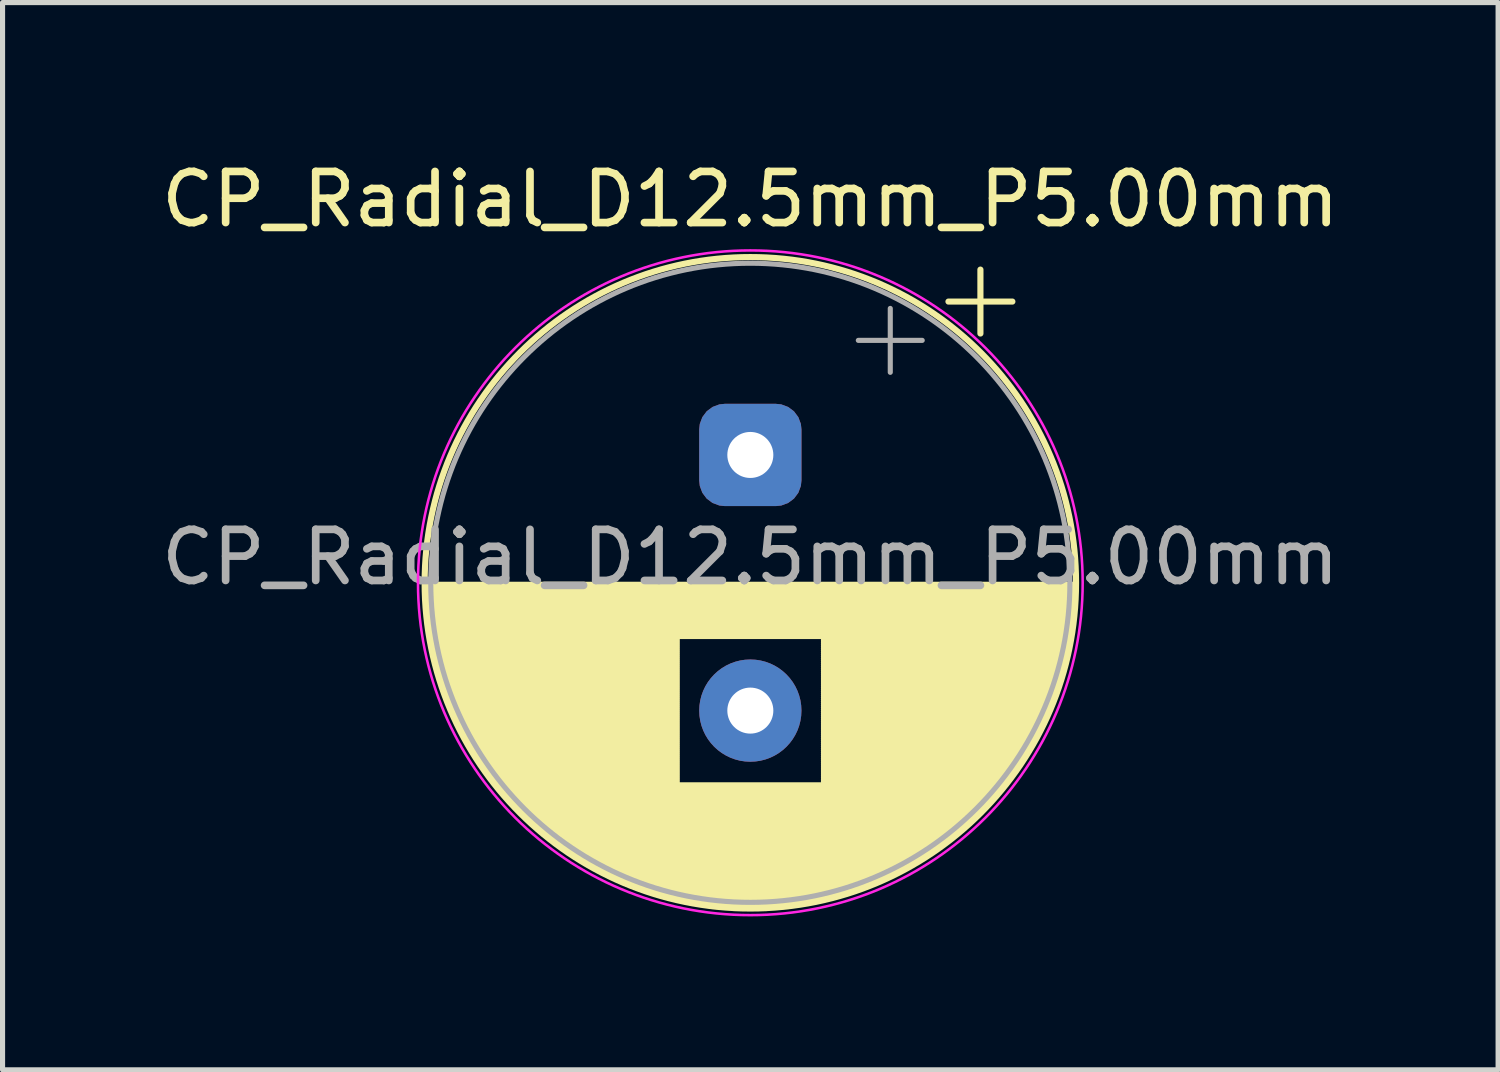
<source format=kicad_pcb>
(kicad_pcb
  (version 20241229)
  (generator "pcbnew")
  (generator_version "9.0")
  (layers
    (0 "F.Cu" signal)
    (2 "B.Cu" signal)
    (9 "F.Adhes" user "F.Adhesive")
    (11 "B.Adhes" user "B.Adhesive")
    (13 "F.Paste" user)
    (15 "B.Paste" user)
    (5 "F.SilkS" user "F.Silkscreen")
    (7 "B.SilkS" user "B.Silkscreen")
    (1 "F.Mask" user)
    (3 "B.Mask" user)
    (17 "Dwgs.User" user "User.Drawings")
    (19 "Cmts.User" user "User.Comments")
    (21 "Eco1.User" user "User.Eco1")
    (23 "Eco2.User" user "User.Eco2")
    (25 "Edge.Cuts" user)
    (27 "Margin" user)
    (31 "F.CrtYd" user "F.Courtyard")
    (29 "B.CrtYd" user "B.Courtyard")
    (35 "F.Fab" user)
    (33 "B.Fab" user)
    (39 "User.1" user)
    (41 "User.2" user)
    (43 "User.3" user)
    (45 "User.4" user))
  (footprint "CP_Radial_D12.5mm_P5.00mm"
    (layer "F.Cu")
    (at 11.625 8.348)
    (property "Reference" "CP_Radial_D12.5mm_P5.00mm" (at 0 -7.5 0) (layer "F.SilkS") (effects (font (size 1 1) (thickness 0.15))))
    (attr through_hole)
    (fp_line (start -1.44 1.081) (end -6.238 1.081) (stroke (width 0.12) (type solid)) (layer "F.SilkS"))
    (fp_line (start -1.44 1.121) (end -6.231 1.121) (stroke (width 0.12) (type solid)) (layer "F.SilkS"))
    (fp_line (start -1.44 1.161) (end -6.224 1.161) (stroke (width 0.12) (type solid)) (layer "F.SilkS"))
    (fp_line (start -1.44 1.201) (end -6.216 1.201) (stroke (width 0.12) (type solid)) (layer "F.SilkS"))
    (fp_line (start -1.44 1.241) (end -6.209 1.241) (stroke (width 0.12) (type solid)) (layer "F.SilkS"))
    (fp_line (start -1.44 1.281) (end -6.201 1.281) (stroke (width 0.12) (type solid)) (layer "F.SilkS"))
    (fp_line (start -1.44 1.321) (end -6.192 1.321) (stroke (width 0.12) (type solid)) (layer "F.SilkS"))
    (fp_line (start -1.44 1.361) (end -6.184 1.361) (stroke (width 0.12) (type solid)) (layer "F.SilkS"))
    (fp_line (start -1.44 1.401) (end -6.175 1.401) (stroke (width 0.12) (type solid)) (layer "F.SilkS"))
    (fp_line (start -1.44 1.441) (end -6.166 1.441) (stroke (width 0.12) (type solid)) (layer "F.SilkS"))
    (fp_line (start -1.44 1.481) (end -6.156 1.481) (stroke (width 0.12) (type solid)) (layer "F.SilkS"))
    (fp_line (start -1.44 1.521) (end -6.146 1.521) (stroke (width 0.12) (type solid)) (layer "F.SilkS"))
    (fp_line (start -1.44 1.561) (end -6.137 1.561) (stroke (width 0.12) (type solid)) (layer "F.SilkS"))
    (fp_line (start -1.44 1.601) (end -6.126 1.601) (stroke (width 0.12) (type solid)) (layer "F.SilkS"))
    (fp_line (start -1.44 1.641) (end -6.116 1.641) (stroke (width 0.12) (type solid)) (layer "F.SilkS"))
    (fp_line (start -1.44 1.681) (end -6.105 1.681) (stroke (width 0.12) (type solid)) (layer "F.SilkS"))
    (fp_line (start -1.44 1.721) (end -6.094 1.721) (stroke (width 0.12) (type solid)) (layer "F.SilkS"))
    (fp_line (start -1.44 1.761) (end -6.083 1.761) (stroke (width 0.12) (type solid)) (layer "F.SilkS"))
    (fp_line (start -1.44 1.801) (end -6.071 1.801) (stroke (width 0.12) (type solid)) (layer "F.SilkS"))
    (fp_line (start -1.44 1.841) (end -6.059 1.841) (stroke (width 0.12) (type solid)) (layer "F.SilkS"))
    (fp_line (start -1.44 1.881) (end -6.047 1.881) (stroke (width 0.12) (type solid)) (layer "F.SilkS"))
    (fp_line (start -1.44 1.921) (end -6.034 1.921) (stroke (width 0.12) (type solid)) (layer "F.SilkS"))
    (fp_line (start -1.44 1.961) (end -6.021 1.961) (stroke (width 0.12) (type solid)) (layer "F.SilkS"))
    (fp_line (start -1.44 2.001) (end -6.008 2.001) (stroke (width 0.12) (type solid)) (layer "F.SilkS"))
    (fp_line (start -1.44 2.041) (end -5.995 2.041) (stroke (width 0.12) (type solid)) (layer "F.SilkS"))
    (fp_line (start -1.44 2.081) (end -5.981 2.081) (stroke (width 0.12) (type solid)) (layer "F.SilkS"))
    (fp_line (start -1.44 2.121) (end -5.967 2.121) (stroke (width 0.12) (type solid)) (layer "F.SilkS"))
    (fp_line (start -1.44 2.161) (end -5.953 2.161) (stroke (width 0.12) (type solid)) (layer "F.SilkS"))
    (fp_line (start -1.44 2.201) (end -5.939 2.201) (stroke (width 0.12) (type solid)) (layer "F.SilkS"))
    (fp_line (start -1.44 2.241) (end -5.924 2.241) (stroke (width 0.12) (type solid)) (layer "F.SilkS"))
    (fp_line (start -1.44 2.281) (end -5.908 2.281) (stroke (width 0.12) (type solid)) (layer "F.SilkS"))
    (fp_line (start -1.44 2.321) (end -5.893 2.321) (stroke (width 0.12) (type solid)) (layer "F.SilkS"))
    (fp_line (start -1.44 2.361) (end -5.877 2.361) (stroke (width 0.12) (type solid)) (layer "F.SilkS"))
    (fp_line (start -1.44 2.401) (end -5.861 2.401) (stroke (width 0.12) (type solid)) (layer "F.SilkS"))
    (fp_line (start -1.44 2.441) (end -5.845 2.441) (stroke (width 0.12) (type solid)) (layer "F.SilkS"))
    (fp_line (start -1.44 2.481) (end -5.828 2.481) (stroke (width 0.12) (type solid)) (layer "F.SilkS"))
    (fp_line (start -1.44 2.521) (end -5.811 2.521) (stroke (width 0.12) (type solid)) (layer "F.SilkS"))
    (fp_line (start -1.44 2.561) (end -5.793 2.561) (stroke (width 0.12) (type solid)) (layer "F.SilkS"))
    (fp_line (start -1.44 2.601) (end -5.776 2.601) (stroke (width 0.12) (type solid)) (layer "F.SilkS"))
    (fp_line (start -1.44 2.641) (end -5.758 2.641) (stroke (width 0.12) (type solid)) (layer "F.SilkS"))
    (fp_line (start -1.44 2.681) (end -5.739 2.681) (stroke (width 0.12) (type solid)) (layer "F.SilkS"))
    (fp_line (start -1.44 2.721) (end -5.721 2.721) (stroke (width 0.12) (type solid)) (layer "F.SilkS"))
    (fp_line (start -1.44 2.761) (end -5.702 2.761) (stroke (width 0.12) (type solid)) (layer "F.SilkS"))
    (fp_line (start -1.44 2.801) (end -5.682 2.801) (stroke (width 0.12) (type solid)) (layer "F.SilkS"))
    (fp_line (start -1.44 2.841) (end -5.662 2.841) (stroke (width 0.12) (type solid)) (layer "F.SilkS"))
    (fp_line (start -1.44 2.881) (end -5.642 2.881) (stroke (width 0.12) (type solid)) (layer "F.SilkS"))
    (fp_line (start -1.44 2.921) (end -5.622 2.921) (stroke (width 0.12) (type solid)) (layer "F.SilkS"))
    (fp_line (start -1.44 2.961) (end -5.601 2.961) (stroke (width 0.12) (type solid)) (layer "F.SilkS"))
    (fp_line (start -1.44 3.001) (end -5.58 3.001) (stroke (width 0.12) (type solid)) (layer "F.SilkS"))
    (fp_line (start -1.44 3.041) (end -5.558 3.041) (stroke (width 0.12) (type solid)) (layer "F.SilkS"))
    (fp_line (start -1.44 3.081) (end -5.536 3.081) (stroke (width 0.12) (type solid)) (layer "F.SilkS"))
    (fp_line (start -1.44 3.121) (end -5.514 3.121) (stroke (width 0.12) (type solid)) (layer "F.SilkS"))
    (fp_line (start -1.44 3.161) (end -5.491 3.161) (stroke (width 0.12) (type solid)) (layer "F.SilkS"))
    (fp_line (start -1.44 3.201) (end -5.468 3.201) (stroke (width 0.12) (type solid)) (layer "F.SilkS"))
    (fp_line (start -1.44 3.241) (end -5.445 3.241) (stroke (width 0.12) (type solid)) (layer "F.SilkS"))
    (fp_line (start -1.44 3.281) (end -5.421 3.281) (stroke (width 0.12) (type solid)) (layer "F.SilkS"))
    (fp_line (start -1.44 3.321) (end -5.397 3.321) (stroke (width 0.12) (type solid)) (layer "F.SilkS"))
    (fp_line (start -1.44 3.361) (end -5.372 3.361) (stroke (width 0.12) (type solid)) (layer "F.SilkS"))
    (fp_line (start -1.44 3.401) (end -5.347 3.401) (stroke (width 0.12) (type solid)) (layer "F.SilkS"))
    (fp_line (start -1.44 3.441) (end -5.322 3.441) (stroke (width 0.12) (type solid)) (layer "F.SilkS"))
    (fp_line (start -1.44 3.481) (end -5.296 3.481) (stroke (width 0.12) (type solid)) (layer "F.SilkS"))
    (fp_line (start -1.44 3.521) (end -5.27 3.521) (stroke (width 0.12) (type solid)) (layer "F.SilkS"))
    (fp_line (start -1.44 3.561) (end -5.243 3.561) (stroke (width 0.12) (type solid)) (layer "F.SilkS"))
    (fp_line (start -1.44 3.601) (end -5.216 3.601) (stroke (width 0.12) (type solid)) (layer "F.SilkS"))
    (fp_line (start -1.44 3.641) (end -5.188 3.641) (stroke (width 0.12) (type solid)) (layer "F.SilkS"))
    (fp_line (start -1.44 3.681) (end -5.16 3.681) (stroke (width 0.12) (type solid)) (layer "F.SilkS"))
    (fp_line (start -1.44 3.721) (end -5.131 3.721) (stroke (width 0.12) (type solid)) (layer "F.SilkS"))
    (fp_line (start -1.44 3.761) (end -5.102 3.761) (stroke (width 0.12) (type solid)) (layer "F.SilkS"))
    (fp_line (start -1.44 3.801) (end -5.073 3.801) (stroke (width 0.12) (type solid)) (layer "F.SilkS"))
    (fp_line (start -1.44 3.841) (end -5.043 3.841) (stroke (width 0.12) (type solid)) (layer "F.SilkS"))
    (fp_line (start -1.44 3.881) (end -5.012 3.881) (stroke (width 0.12) (type solid)) (layer "F.SilkS"))
    (fp_line (start -1.44 3.921) (end -4.982 3.921) (stroke (width 0.12) (type solid)) (layer "F.SilkS"))
    (fp_line (start 0.317 6.361) (end -0.317 6.361) (stroke (width 0.12) (type solid)) (layer "F.SilkS"))
    (fp_line (start 0.757 6.321) (end -0.757 6.321) (stroke (width 0.12) (type solid)) (layer "F.SilkS"))
    (fp_line (start 1.028 6.281) (end -1.028 6.281) (stroke (width 0.12) (type solid)) (layer "F.SilkS"))
    (fp_line (start 1.241 6.241) (end -1.241 6.241) (stroke (width 0.12) (type solid)) (layer "F.SilkS"))
    (fp_line (start 1.422 6.201) (end -1.422 6.201) (stroke (width 0.12) (type solid)) (layer "F.SilkS"))
    (fp_line (start 1.583 6.161) (end -1.583 6.161) (stroke (width 0.12) (type solid)) (layer "F.SilkS"))
    (fp_line (start 1.728 6.121) (end -1.728 6.121) (stroke (width 0.12) (type solid)) (layer "F.SilkS"))
    (fp_line (start 1.861 6.081) (end -1.861 6.081) (stroke (width 0.12) (type solid)) (layer "F.SilkS"))
    (fp_line (start 1.984 6.041) (end -1.984 6.041) (stroke (width 0.12) (type solid)) (layer "F.SilkS"))
    (fp_line (start 2.1 6.001) (end -2.1 6.001) (stroke (width 0.12) (type solid)) (layer "F.SilkS"))
    (fp_line (start 2.209 5.961) (end -2.209 5.961) (stroke (width 0.12) (type solid)) (layer "F.SilkS"))
    (fp_line (start 2.312 5.921) (end -2.312 5.921) (stroke (width 0.12) (type solid)) (layer "F.SilkS"))
    (fp_line (start 2.41 5.881) (end -2.41 5.881) (stroke (width 0.12) (type solid)) (layer "F.SilkS"))
    (fp_line (start 2.504 5.841) (end -2.504 5.841) (stroke (width 0.12) (type solid)) (layer "F.SilkS"))
    (fp_line (start 2.594 5.801) (end -2.594 5.801) (stroke (width 0.12) (type solid)) (layer "F.SilkS"))
    (fp_line (start 2.681 5.761) (end -2.681 5.761) (stroke (width 0.12) (type solid)) (layer "F.SilkS"))
    (fp_line (start 2.764 5.721) (end -2.764 5.721) (stroke (width 0.12) (type solid)) (layer "F.SilkS"))
    (fp_line (start 2.844 5.681) (end -2.844 5.681) (stroke (width 0.12) (type solid)) (layer "F.SilkS"))
    (fp_line (start 2.921 5.641) (end -2.921 5.641) (stroke (width 0.12) (type solid)) (layer "F.SilkS"))
    (fp_line (start 2.996 5.601) (end -2.996 5.601) (stroke (width 0.12) (type solid)) (layer "F.SilkS"))
    (fp_line (start 3.069 5.561) (end -3.069 5.561) (stroke (width 0.12) (type solid)) (layer "F.SilkS"))
    (fp_line (start 3.14 5.521) (end -3.14 5.521) (stroke (width 0.12) (type solid)) (layer "F.SilkS"))
    (fp_line (start 3.208 5.481) (end -3.208 5.481) (stroke (width 0.12) (type solid)) (layer "F.SilkS"))
    (fp_line (start 3.275 5.441) (end -3.275 5.441) (stroke (width 0.12) (type solid)) (layer "F.SilkS"))
    (fp_line (start 3.339 5.401) (end -3.339 5.401) (stroke (width 0.12) (type solid)) (layer "F.SilkS"))
    (fp_line (start 3.402 5.361) (end -3.402 5.361) (stroke (width 0.12) (type solid)) (layer "F.SilkS"))
    (fp_line (start 3.464 5.321) (end -3.464 5.321) (stroke (width 0.12) (type solid)) (layer "F.SilkS"))
    (fp_line (start 3.524 5.281) (end -3.524 5.281) (stroke (width 0.12) (type solid)) (layer "F.SilkS"))
    (fp_line (start 3.583 5.241) (end -3.583 5.241) (stroke (width 0.12) (type solid)) (layer "F.SilkS"))
    (fp_line (start 3.64 5.201) (end -3.64 5.201) (stroke (width 0.12) (type solid)) (layer "F.SilkS"))
    (fp_line (start 3.696 5.161) (end -3.696 5.161) (stroke (width 0.12) (type solid)) (layer "F.SilkS"))
    (fp_line (start 3.75 5.121) (end -3.75 5.121) (stroke (width 0.12) (type solid)) (layer "F.SilkS"))
    (fp_line (start 3.804 5.081) (end -3.804 5.081) (stroke (width 0.12) (type solid)) (layer "F.SilkS"))
    (fp_line (start 3.856 5.041) (end -3.856 5.041) (stroke (width 0.12) (type solid)) (layer "F.SilkS"))
    (fp_line (start 3.907 5.001) (end -3.907 5.001) (stroke (width 0.12) (type solid)) (layer "F.SilkS"))
    (fp_line (start 3.957 4.961) (end -3.957 4.961) (stroke (width 0.12) (type solid)) (layer "F.SilkS"))
    (fp_line (start 4.007 4.921) (end -4.007 4.921) (stroke (width 0.12) (type solid)) (layer "F.SilkS"))
    (fp_line (start 4.055 4.881) (end -4.055 4.881) (stroke (width 0.12) (type solid)) (layer "F.SilkS"))
    (fp_line (start 4.102 4.841) (end -4.102 4.841) (stroke (width 0.12) (type solid)) (layer "F.SilkS"))
    (fp_line (start 4.148 4.801) (end -4.148 4.801) (stroke (width 0.12) (type solid)) (layer "F.SilkS"))
    (fp_line (start 4.194 4.761) (end -4.194 4.761) (stroke (width 0.12) (type solid)) (layer "F.SilkS"))
    (fp_line (start 4.238 4.721) (end -4.238 4.721) (stroke (width 0.12) (type solid)) (layer "F.SilkS"))
    (fp_line (start 4.282 4.681) (end -4.282 4.681) (stroke (width 0.12) (type solid)) (layer "F.SilkS"))
    (fp_line (start 4.325 4.641) (end -4.325 4.641) (stroke (width 0.12) (type solid)) (layer "F.SilkS"))
    (fp_line (start 4.367 4.601) (end -4.367 4.601) (stroke (width 0.12) (type solid)) (layer "F.SilkS"))
    (fp_line (start 4.408 4.561) (end -4.408 4.561) (stroke (width 0.12) (type solid)) (layer "F.SilkS"))
    (fp_line (start 4.449 4.521) (end -4.449 4.521) (stroke (width 0.12) (type solid)) (layer "F.SilkS"))
    (fp_line (start 4.489 4.481) (end -4.489 4.481) (stroke (width 0.12) (type solid)) (layer "F.SilkS"))
    (fp_line (start 4.5 -6.125) (end 4.5 -4.875) (stroke (width 0.12) (type solid)) (layer "F.SilkS"))
    (fp_line (start 4.528 4.441) (end -4.528 4.441) (stroke (width 0.12) (type solid)) (layer "F.SilkS"))
    (fp_line (start 4.567 4.401) (end -4.567 4.401) (stroke (width 0.12) (type solid)) (layer "F.SilkS"))
    (fp_line (start 4.605 4.361) (end -4.605 4.361) (stroke (width 0.12) (type solid)) (layer "F.SilkS"))
    (fp_line (start 4.642 4.321) (end -4.642 4.321) (stroke (width 0.12) (type solid)) (layer "F.SilkS"))
    (fp_line (start 4.678 4.281) (end -4.678 4.281) (stroke (width 0.12) (type solid)) (layer "F.SilkS"))
    (fp_line (start 4.714 4.241) (end -4.714 4.241) (stroke (width 0.12) (type solid)) (layer "F.SilkS"))
    (fp_line (start 4.75 4.201) (end -4.75 4.201) (stroke (width 0.12) (type solid)) (layer "F.SilkS"))
    (fp_line (start 4.785 4.161) (end -4.785 4.161) (stroke (width 0.12) (type solid)) (layer "F.SilkS"))
    (fp_line (start 4.819 4.121) (end -4.819 4.121) (stroke (width 0.12) (type solid)) (layer "F.SilkS"))
    (fp_line (start 4.852 4.081) (end -4.852 4.081) (stroke (width 0.12) (type solid)) (layer "F.SilkS"))
    (fp_line (start 4.885 4.041) (end -4.885 4.041) (stroke (width 0.12) (type solid)) (layer "F.SilkS"))
    (fp_line (start 4.918 4.001) (end -4.918 4.001) (stroke (width 0.12) (type solid)) (layer "F.SilkS"))
    (fp_line (start 4.95 3.961) (end -4.95 3.961) (stroke (width 0.12) (type solid)) (layer "F.SilkS"))
    (fp_line (start 4.982 3.921) (end 1.44 3.921) (stroke (width 0.12) (type solid)) (layer "F.SilkS"))
    (fp_line (start 5.012 3.881) (end 1.44 3.881) (stroke (width 0.12) (type solid)) (layer "F.SilkS"))
    (fp_line (start 5.043 3.841) (end 1.44 3.841) (stroke (width 0.12) (type solid)) (layer "F.SilkS"))
    (fp_line (start 5.073 3.801) (end 1.44 3.801) (stroke (width 0.12) (type solid)) (layer "F.SilkS"))
    (fp_line (start 5.102 3.761) (end 1.44 3.761) (stroke (width 0.12) (type solid)) (layer "F.SilkS"))
    (fp_line (start 5.125 -5.5) (end 3.875 -5.5) (stroke (width 0.12) (type solid)) (layer "F.SilkS"))
    (fp_line (start 5.131 3.721) (end 1.44 3.721) (stroke (width 0.12) (type solid)) (layer "F.SilkS"))
    (fp_line (start 5.16 3.681) (end 1.44 3.681) (stroke (width 0.12) (type solid)) (layer "F.SilkS"))
    (fp_line (start 5.188 3.641) (end 1.44 3.641) (stroke (width 0.12) (type solid)) (layer "F.SilkS"))
    (fp_line (start 5.216 3.601) (end 1.44 3.601) (stroke (width 0.12) (type solid)) (layer "F.SilkS"))
    (fp_line (start 5.243 3.561) (end 1.44 3.561) (stroke (width 0.12) (type solid)) (layer "F.SilkS"))
    (fp_line (start 5.27 3.521) (end 1.44 3.521) (stroke (width 0.12) (type solid)) (layer "F.SilkS"))
    (fp_line (start 5.296 3.481) (end 1.44 3.481) (stroke (width 0.12) (type solid)) (layer "F.SilkS"))
    (fp_line (start 5.322 3.441) (end 1.44 3.441) (stroke (width 0.12) (type solid)) (layer "F.SilkS"))
    (fp_line (start 5.347 3.401) (end 1.44 3.401) (stroke (width 0.12) (type solid)) (layer "F.SilkS"))
    (fp_line (start 5.372 3.361) (end 1.44 3.361) (stroke (width 0.12) (type solid)) (layer "F.SilkS"))
    (fp_line (start 5.397 3.321) (end 1.44 3.321) (stroke (width 0.12) (type solid)) (layer "F.SilkS"))
    (fp_line (start 5.421 3.281) (end 1.44 3.281) (stroke (width 0.12) (type solid)) (layer "F.SilkS"))
    (fp_line (start 5.445 3.241) (end 1.44 3.241) (stroke (width 0.12) (type solid)) (layer "F.SilkS"))
    (fp_line (start 5.468 3.201) (end 1.44 3.201) (stroke (width 0.12) (type solid)) (layer "F.SilkS"))
    (fp_line (start 5.491 3.161) (end 1.44 3.161) (stroke (width 0.12) (type solid)) (layer "F.SilkS"))
    (fp_line (start 5.514 3.121) (end 1.44 3.121) (stroke (width 0.12) (type solid)) (layer "F.SilkS"))
    (fp_line (start 5.536 3.081) (end 1.44 3.081) (stroke (width 0.12) (type solid)) (layer "F.SilkS"))
    (fp_line (start 5.558 3.041) (end 1.44 3.041) (stroke (width 0.12) (type solid)) (layer "F.SilkS"))
    (fp_line (start 5.58 3.001) (end 1.44 3.001) (stroke (width 0.12) (type solid)) (layer "F.SilkS"))
    (fp_line (start 5.601 2.961) (end 1.44 2.961) (stroke (width 0.12) (type solid)) (layer "F.SilkS"))
    (fp_line (start 5.622 2.921) (end 1.44 2.921) (stroke (width 0.12) (type solid)) (layer "F.SilkS"))
    (fp_line (start 5.642 2.881) (end 1.44 2.881) (stroke (width 0.12) (type solid)) (layer "F.SilkS"))
    (fp_line (start 5.662 2.841) (end 1.44 2.841) (stroke (width 0.12) (type solid)) (layer "F.SilkS"))
    (fp_line (start 5.682 2.801) (end 1.44 2.801) (stroke (width 0.12) (type solid)) (layer "F.SilkS"))
    (fp_line (start 5.702 2.761) (end 1.44 2.761) (stroke (width 0.12) (type solid)) (layer "F.SilkS"))
    (fp_line (start 5.721 2.721) (end 1.44 2.721) (stroke (width 0.12) (type solid)) (layer "F.SilkS"))
    (fp_line (start 5.739 2.681) (end 1.44 2.681) (stroke (width 0.12) (type solid)) (layer "F.SilkS"))
    (fp_line (start 5.758 2.641) (end 1.44 2.641) (stroke (width 0.12) (type solid)) (layer "F.SilkS"))
    (fp_line (start 5.776 2.601) (end 1.44 2.601) (stroke (width 0.12) (type solid)) (layer "F.SilkS"))
    (fp_line (start 5.793 2.561) (end 1.44 2.561) (stroke (width 0.12) (type solid)) (layer "F.SilkS"))
    (fp_line (start 5.811 2.521) (end 1.44 2.521) (stroke (width 0.12) (type solid)) (layer "F.SilkS"))
    (fp_line (start 5.828 2.481) (end 1.44 2.481) (stroke (width 0.12) (type solid)) (layer "F.SilkS"))
    (fp_line (start 5.845 2.441) (end 1.44 2.441) (stroke (width 0.12) (type solid)) (layer "F.SilkS"))
    (fp_line (start 5.861 2.401) (end 1.44 2.401) (stroke (width 0.12) (type solid)) (layer "F.SilkS"))
    (fp_line (start 5.877 2.361) (end 1.44 2.361) (stroke (width 0.12) (type solid)) (layer "F.SilkS"))
    (fp_line (start 5.893 2.321) (end 1.44 2.321) (stroke (width 0.12) (type solid)) (layer "F.SilkS"))
    (fp_line (start 5.908 2.281) (end 1.44 2.281) (stroke (width 0.12) (type solid)) (layer "F.SilkS"))
    (fp_line (start 5.924 2.241) (end 1.44 2.241) (stroke (width 0.12) (type solid)) (layer "F.SilkS"))
    (fp_line (start 5.939 2.201) (end 1.44 2.201) (stroke (width 0.12) (type solid)) (layer "F.SilkS"))
    (fp_line (start 5.953 2.161) (end 1.44 2.161) (stroke (width 0.12) (type solid)) (layer "F.SilkS"))
    (fp_line (start 5.967 2.121) (end 1.44 2.121) (stroke (width 0.12) (type solid)) (layer "F.SilkS"))
    (fp_line (start 5.981 2.081) (end 1.44 2.081) (stroke (width 0.12) (type solid)) (layer "F.SilkS"))
    (fp_line (start 5.995 2.041) (end 1.44 2.041) (stroke (width 0.12) (type solid)) (layer "F.SilkS"))
    (fp_line (start 6.008 2.001) (end 1.44 2.001) (stroke (width 0.12) (type solid)) (layer "F.SilkS"))
    (fp_line (start 6.021 1.961) (end 1.44 1.961) (stroke (width 0.12) (type solid)) (layer "F.SilkS"))
    (fp_line (start 6.034 1.921) (end 1.44 1.921) (stroke (width 0.12) (type solid)) (layer "F.SilkS"))
    (fp_line (start 6.047 1.881) (end 1.44 1.881) (stroke (width 0.12) (type solid)) (layer "F.SilkS"))
    (fp_line (start 6.059 1.841) (end 1.44 1.841) (stroke (width 0.12) (type solid)) (layer "F.SilkS"))
    (fp_line (start 6.071 1.801) (end 1.44 1.801) (stroke (width 0.12) (type solid)) (layer "F.SilkS"))
    (fp_line (start 6.083 1.761) (end 1.44 1.761) (stroke (width 0.12) (type solid)) (layer "F.SilkS"))
    (fp_line (start 6.094 1.721) (end 1.44 1.721) (stroke (width 0.12) (type solid)) (layer "F.SilkS"))
    (fp_line (start 6.105 1.681) (end 1.44 1.681) (stroke (width 0.12) (type solid)) (layer "F.SilkS"))
    (fp_line (start 6.116 1.641) (end 1.44 1.641) (stroke (width 0.12) (type solid)) (layer "F.SilkS"))
    (fp_line (start 6.126 1.601) (end 1.44 1.601) (stroke (width 0.12) (type solid)) (layer "F.SilkS"))
    (fp_line (start 6.137 1.561) (end 1.44 1.561) (stroke (width 0.12) (type solid)) (layer "F.SilkS"))
    (fp_line (start 6.146 1.521) (end 1.44 1.521) (stroke (width 0.12) (type solid)) (layer "F.SilkS"))
    (fp_line (start 6.156 1.481) (end 1.44 1.481) (stroke (width 0.12) (type solid)) (layer "F.SilkS"))
    (fp_line (start 6.166 1.441) (end 1.44 1.441) (stroke (width 0.12) (type solid)) (layer "F.SilkS"))
    (fp_line (start 6.175 1.401) (end 1.44 1.401) (stroke (width 0.12) (type solid)) (layer "F.SilkS"))
    (fp_line (start 6.184 1.361) (end 1.44 1.361) (stroke (width 0.12) (type solid)) (layer "F.SilkS"))
    (fp_line (start 6.192 1.321) (end 1.44 1.321) (stroke (width 0.12) (type solid)) (layer "F.SilkS"))
    (fp_line (start 6.201 1.281) (end 1.44 1.281) (stroke (width 0.12) (type solid)) (layer "F.SilkS"))
    (fp_line (start 6.209 1.241) (end 1.44 1.241) (stroke (width 0.12) (type solid)) (layer "F.SilkS"))
    (fp_line (start 6.216 1.201) (end 1.44 1.201) (stroke (width 0.12) (type solid)) (layer "F.SilkS"))
    (fp_line (start 6.224 1.161) (end 1.44 1.161) (stroke (width 0.12) (type solid)) (layer "F.SilkS"))
    (fp_line (start 6.231 1.121) (end 1.44 1.121) (stroke (width 0.12) (type solid)) (layer "F.SilkS"))
    (fp_line (start 6.238 1.081) (end 1.44 1.081) (stroke (width 0.12) (type solid)) (layer "F.SilkS"))
    (fp_line (start 6.245 1.041) (end -6.245 1.041) (stroke (width 0.12) (type solid)) (layer "F.SilkS"))
    (fp_line (start 6.252 1.001) (end -6.252 1.001) (stroke (width 0.12) (type solid)) (layer "F.SilkS"))
    (fp_line (start 6.258 0.961) (end -6.258 0.961) (stroke (width 0.12) (type solid)) (layer "F.SilkS"))
    (fp_line (start 6.264 0.921) (end -6.264 0.921) (stroke (width 0.12) (type solid)) (layer "F.SilkS"))
    (fp_line (start 6.269 0.881) (end -6.269 0.881) (stroke (width 0.12) (type solid)) (layer "F.SilkS"))
    (fp_line (start 6.275 0.841) (end -6.275 0.841) (stroke (width 0.12) (type solid)) (layer "F.SilkS"))
    (fp_line (start 6.28 0.801) (end -6.28 0.801) (stroke (width 0.12) (type solid)) (layer "F.SilkS"))
    (fp_line (start 6.285 0.761) (end -6.285 0.761) (stroke (width 0.12) (type solid)) (layer "F.SilkS"))
    (fp_line (start 6.29 0.721) (end -6.29 0.721) (stroke (width 0.12) (type solid)) (layer "F.SilkS"))
    (fp_line (start 6.294 0.68) (end -6.294 0.68) (stroke (width 0.12) (type solid)) (layer "F.SilkS"))
    (fp_line (start 6.298 0.64) (end -6.298 0.64) (stroke (width 0.12) (type solid)) (layer "F.SilkS"))
    (fp_line (start 6.302 0.6) (end -6.302 0.6) (stroke (width 0.12) (type solid)) (layer "F.SilkS"))
    (fp_line (start 6.306 0.56) (end -6.306 0.56) (stroke (width 0.12) (type solid)) (layer "F.SilkS"))
    (fp_line (start 6.309 0.52) (end -6.309 0.52) (stroke (width 0.12) (type solid)) (layer "F.SilkS"))
    (fp_line (start 6.312 0.48) (end -6.312 0.48) (stroke (width 0.12) (type solid)) (layer "F.SilkS"))
    (fp_line (start 6.315 0.44) (end -6.315 0.44) (stroke (width 0.12) (type solid)) (layer "F.SilkS"))
    (fp_line (start 6.318 0.4) (end -6.318 0.4) (stroke (width 0.12) (type solid)) (layer "F.SilkS"))
    (fp_line (start 6.32 0.36) (end -6.32 0.36) (stroke (width 0.12) (type solid)) (layer "F.SilkS"))
    (fp_line (start 6.322 0.32) (end -6.322 0.32) (stroke (width 0.12) (type solid)) (layer "F.SilkS"))
    (fp_line (start 6.324 0.28) (end -6.324 0.28) (stroke (width 0.12) (type solid)) (layer "F.SilkS"))
    (fp_line (start 6.326 0.24) (end -6.326 0.24) (stroke (width 0.12) (type solid)) (layer "F.SilkS"))
    (fp_line (start 6.327 0.2) (end -6.327 0.2) (stroke (width 0.12) (type solid)) (layer "F.SilkS"))
    (fp_line (start 6.328 0.16) (end -6.328 0.16) (stroke (width 0.12) (type solid)) (layer "F.SilkS"))
    (fp_line (start 6.329 0.12) (end -6.329 0.12) (stroke (width 0.12) (type solid)) (layer "F.SilkS"))
    (fp_line (start 6.33 0.04) (end -6.33 0.04) (stroke (width 0.12) (type solid)) (layer "F.SilkS"))
    (fp_line (start 6.33 0.08) (end -6.33 0.08) (stroke (width 0.12) (type solid)) (layer "F.SilkS"))
    (fp_circle (center 0 0) (end 0 6.37) (stroke (width 0.12) (type solid)) (fill no) (layer "F.SilkS"))
    (fp_circle (center 0 0) (end 0 6.5) (stroke (width 0.05) (type solid)) (fill no) (layer "F.CrtYd"))
    (fp_line (start 2.737 -5.366) (end 2.737 -4.116) (stroke (width 0.1) (type solid)) (layer "F.Fab"))
    (fp_line (start 3.362 -4.741) (end 2.112 -4.741) (stroke (width 0.1) (type solid)) (layer "F.Fab"))
    (fp_circle (center 0 0) (end 0 6.25) (stroke (width 0.1) (type solid)) (fill no) (layer "F.Fab"))
    (fp_text user "${REFERENCE}" (at 0 -0.5 180) (layer "F.Fab") (effects (font (size 1 1) (thickness 0.15))))
    (pad "1" thru_hole roundrect (at 0 -2.5) (size 2 2) (drill 0.9) (layers "*.Cu" "*.Mask") (remove_unused_layers yes) (keep_end_layers yes) (zone_layer_connections) (roundrect_rratio 0.25))
    (pad "2" thru_hole circle (at 0 2.5) (size 2 2) (drill 0.9) (layers "*.Cu" "*.Mask")))
  (gr_rect
    (start -3 -3)
    (end 26.25 17.873)
    (stroke (width 0.1) (type default))
    (fill no)
    (layer "Edge.Cuts")))
</source>
